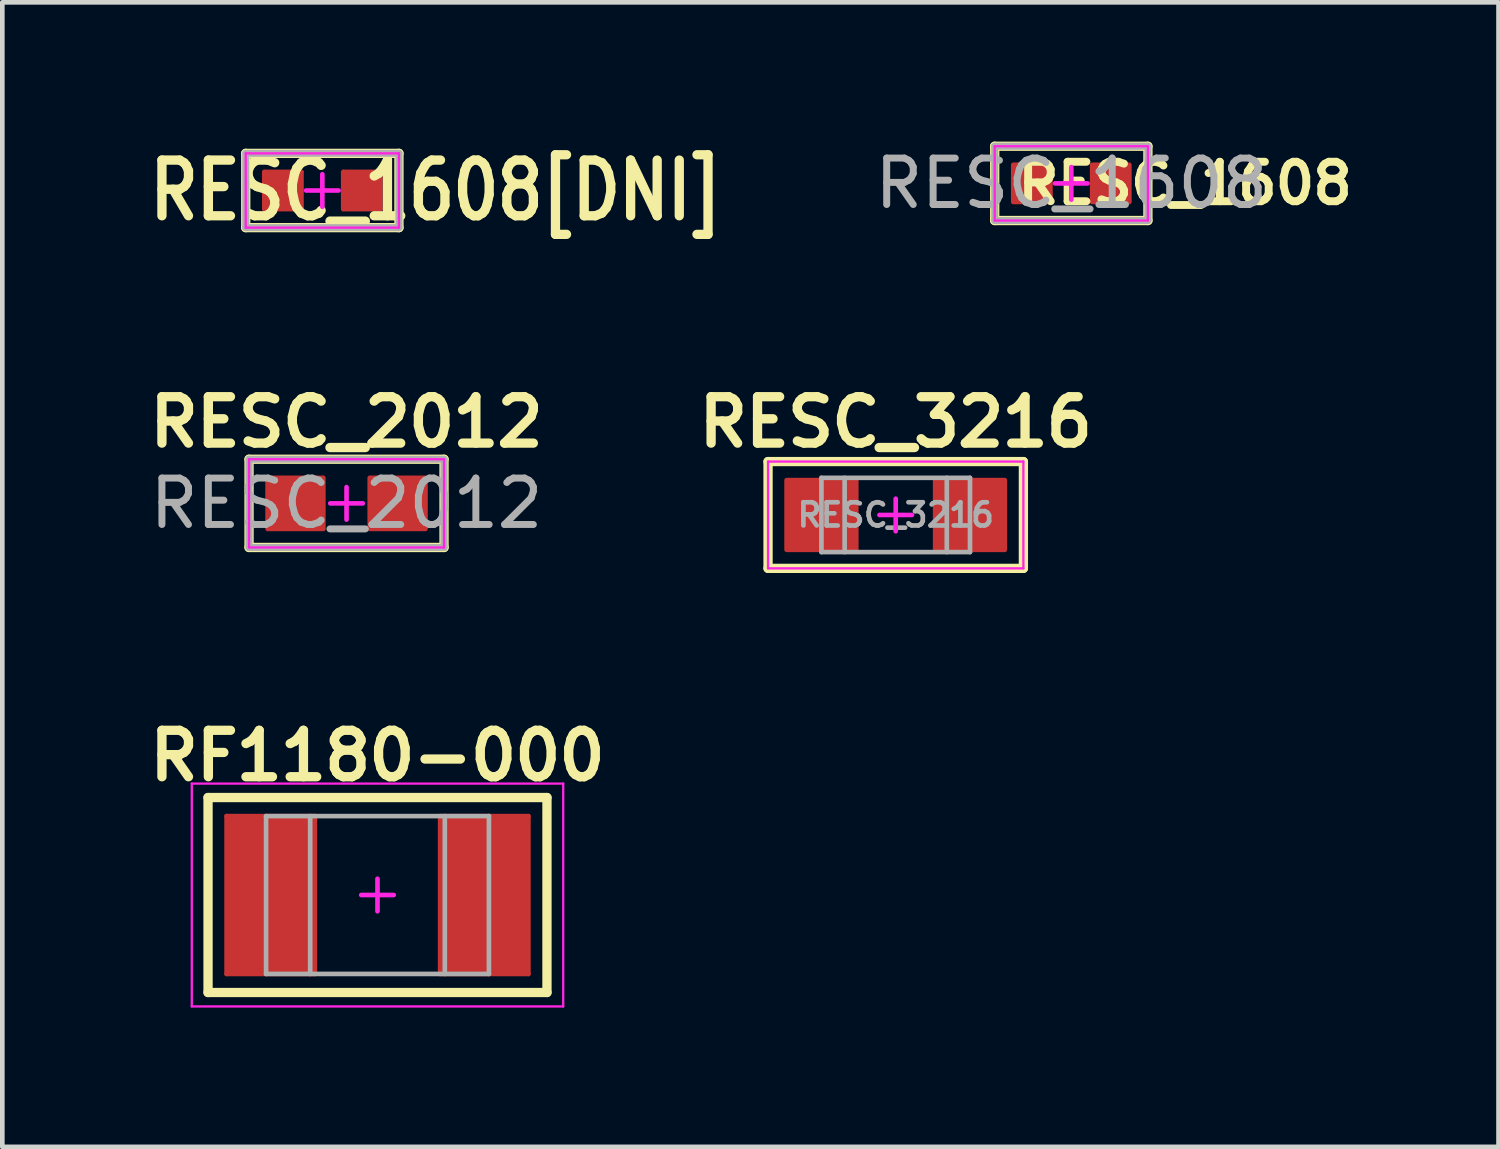
<source format=kicad_pcb>
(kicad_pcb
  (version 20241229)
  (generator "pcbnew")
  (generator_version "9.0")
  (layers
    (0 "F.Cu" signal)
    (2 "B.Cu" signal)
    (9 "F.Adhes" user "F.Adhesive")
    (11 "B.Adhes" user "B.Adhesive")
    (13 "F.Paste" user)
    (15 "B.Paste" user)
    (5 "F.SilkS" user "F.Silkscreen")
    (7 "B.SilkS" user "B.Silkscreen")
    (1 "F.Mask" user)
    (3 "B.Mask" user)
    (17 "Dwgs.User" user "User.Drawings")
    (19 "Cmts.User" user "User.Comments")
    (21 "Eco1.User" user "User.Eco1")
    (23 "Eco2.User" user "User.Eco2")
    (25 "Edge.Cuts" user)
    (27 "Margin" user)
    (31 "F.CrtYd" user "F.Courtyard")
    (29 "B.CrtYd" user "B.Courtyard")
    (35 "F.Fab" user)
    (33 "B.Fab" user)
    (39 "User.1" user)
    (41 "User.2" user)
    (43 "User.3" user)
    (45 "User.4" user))
  (footprint "RESC_2012"
    (layer "F.Cu")
    (at 4.414 7.792)
    (property "Reference" "RESC_2012" (at 0 -1.75 0) (layer "F.SilkS") (effects (font (size 1 1) (thickness 0.2))))
    (attr through_hole)
    (fp_line (start -2.1 -0.95) (end 2.1 -0.95) (stroke (width 0.2) (type solid)) (layer "F.SilkS"))
    (fp_line (start -2.1 0.95) (end -2.1 -0.95) (stroke (width 0.2) (type solid)) (layer "F.SilkS"))
    (fp_line (start -2.1 0.95) (end 2.1 0.95) (stroke (width 0.2) (type solid)) (layer "F.SilkS"))
    (fp_line (start 2.1 -0.95) (end 2.1 0.95) (stroke (width 0.2) (type solid)) (layer "F.SilkS"))
    (fp_line (start -2.1 -0.95) (end 2.1 -0.95) (stroke (width 0.05) (type solid)) (layer "F.CrtYd"))
    (fp_line (start -2.1 0.95) (end -2.1 -0.95) (stroke (width 0.05) (type solid)) (layer "F.CrtYd"))
    (fp_line (start -0.35 0) (end 0.35 0) (stroke (width 0.1) (type solid)) (layer "F.CrtYd"))
    (fp_line (start 0 -0.35) (end 0 0.35) (stroke (width 0.1) (type solid)) (layer "F.CrtYd"))
    (fp_line (start 2.1 -0.95) (end 2.1 0.95) (stroke (width 0.05) (type solid)) (layer "F.CrtYd"))
    (fp_line (start 2.1 0.95) (end -2.1 0.95) (stroke (width 0.05) (type solid)) (layer "F.CrtYd"))
    (fp_line (start -2.1 -0.95) (end -2.1 0.95) (stroke (width 0.15) (type solid)) (layer "F.Fab"))
    (fp_line (start -2.1 0.95) (end 2.1 0.95) (stroke (width 0.15) (type solid)) (layer "F.Fab"))
    (fp_line (start 2.1 -0.95) (end -2.1 -0.95) (stroke (width 0.15) (type solid)) (layer "F.Fab"))
    (fp_line (start 2.1 0.95) (end 2.1 -0.95) (stroke (width 0.15) (type solid)) (layer "F.Fab"))
    (fp_text user "${REFERENCE}" (at 0 0 0) (layer "F.Fab") (effects (font (size 1 1) (thickness 0.15))))
    (pad "1" smd roundrect (at -1.1 0) (size 1.3 1.2) (layers "F.Cu" "F.Mask" "F.Paste") (roundrect_rratio 0.042))
    (pad "2" smd roundrect (at 1.1 0) (size 1.3 1.2) (layers "F.Cu" "F.Mask" "F.Paste") (roundrect_rratio 0.042)))
  (footprint "RESC_3216"
    (layer "F.Cu")
    (at 16.243 8.042)
    (property "Reference" "RESC_3216" (at 0 -2 0) (layer "F.SilkS") (effects (font (size 1 1) (thickness 0.2))))
    (attr through_hole)
    (fp_line (start -2.75 -1.15) (end -2.75 1.15) (stroke (width 0.2) (type solid)) (layer "F.SilkS"))
    (fp_line (start -2.75 1.15) (end 2.75 1.15) (stroke (width 0.2) (type solid)) (layer "F.SilkS"))
    (fp_line (start 2.75 -1.15) (end -2.75 -1.15) (stroke (width 0.2) (type solid)) (layer "F.SilkS"))
    (fp_line (start 2.75 1.15) (end 2.75 -1.15) (stroke (width 0.2) (type solid)) (layer "F.SilkS"))
    (fp_line (start -2.75 -1.15) (end 2.75 -1.15) (stroke (width 0.05) (type solid)) (layer "F.CrtYd"))
    (fp_line (start -2.75 1.15) (end -2.75 -1.15) (stroke (width 0.05) (type solid)) (layer "F.CrtYd"))
    (fp_line (start -0.35 0) (end 0.35 0) (stroke (width 0.1) (type solid)) (layer "F.CrtYd"))
    (fp_line (start 0 -0.35) (end 0 0.35) (stroke (width 0.1) (type solid)) (layer "F.CrtYd"))
    (fp_line (start 2.75 -1.15) (end 2.75 1.15) (stroke (width 0.05) (type solid)) (layer "F.CrtYd"))
    (fp_line (start 2.75 1.15) (end -2.75 1.15) (stroke (width 0.05) (type solid)) (layer "F.CrtYd"))
    (fp_line (start -1.6 -0.8) (end -1.6 0.8) (stroke (width 0.1) (type solid)) (layer "F.Fab"))
    (fp_line (start -1.6 -0.8) (end 1.6 -0.8) (stroke (width 0.1) (type solid)) (layer "F.Fab"))
    (fp_line (start -1.6 0.8) (end 1.6 0.8) (stroke (width 0.1) (type solid)) (layer "F.Fab"))
    (fp_line (start -1.1 -0.8) (end -1.1 0.8) (stroke (width 0.1) (type solid)) (layer "F.Fab"))
    (fp_line (start 1.1 -0.8) (end 1.1 0.8) (stroke (width 0.1) (type solid)) (layer "F.Fab"))
    (fp_line (start 1.6 -0.8) (end 1.6 0.8) (stroke (width 0.1) (type solid)) (layer "F.Fab"))
    (fp_text user "${REFERENCE}" (at 0 0 0) (layer "F.Fab") (effects (font (size 0.5 0.5) (thickness 0.1))))
    (pad "1" smd roundrect (at -1.6 0) (size 1.6 1.6) (layers "F.Cu" "F.Mask" "F.Paste") (roundrect_rratio 0.031))
    (pad "2" smd roundrect (at 1.6 0) (size 1.6 1.6) (layers "F.Cu" "F.Mask" "F.Paste") (roundrect_rratio 0.031)))
  (footprint "RESC_1608[DNI]"
    (layer "F.Cu")
    (at 3.893 1.053)
    (property "Reference" "RESC_1608[DNI]" (at 2.45 0 0) (layer "F.SilkS") (effects (font (size 1.2 1) (thickness 0.2))))
    (attr through_hole)
    (fp_line (start -1.275 -0.4) (end -1.275 0.4) (stroke (width 0.05) (type solid)) (layer "F.Cu"))
    (fp_line (start -1.25 -0.425) (end -0.45 -0.425) (stroke (width 0.05) (type solid)) (layer "F.Cu"))
    (fp_line (start -1.25 -0.4) (end -1.25 0.4) (stroke (width 0.05) (type solid)) (layer "F.Cu"))
    (fp_line (start -1.25 -0.4) (end -0.45 -0.4) (stroke (width 0.05) (type solid)) (layer "F.Cu"))
    (fp_line (start -1.25 0.4) (end -0.45 0.4) (stroke (width 0.05) (type solid)) (layer "F.Cu"))
    (fp_line (start -1.25 0.425) (end -0.45 0.425) (stroke (width 0.05) (type solid)) (layer "F.Cu"))
    (fp_line (start -0.45 -0.4) (end -0.45 0.4) (stroke (width 0.05) (type solid)) (layer "F.Cu"))
    (fp_line (start -0.425 -0.4) (end -0.425 0.4) (stroke (width 0.05) (type solid)) (layer "F.Cu"))
    (fp_line (start 0.425 -0.4) (end 0.425 0.4) (stroke (width 0.05) (type solid)) (layer "F.Cu"))
    (fp_line (start 0.45 -0.425) (end 1.25 -0.425) (stroke (width 0.05) (type solid)) (layer "F.Cu"))
    (fp_line (start 0.45 -0.4) (end 0.45 0.4) (stroke (width 0.05) (type solid)) (layer "F.Cu"))
    (fp_line (start 0.45 -0.4) (end 1.25 -0.4) (stroke (width 0.05) (type solid)) (layer "F.Cu"))
    (fp_line (start 0.45 0.4) (end 1.25 0.4) (stroke (width 0.05) (type solid)) (layer "F.Cu"))
    (fp_line (start 0.45 0.425) (end 1.25 0.425) (stroke (width 0.05) (type solid)) (layer "F.Cu"))
    (fp_line (start 1.25 -0.4) (end 1.25 0.4) (stroke (width 0.05) (type solid)) (layer "F.Cu"))
    (fp_line (start 1.275 -0.4) (end 1.275 0.4) (stroke (width 0.05) (type solid)) (layer "F.Cu"))
    (fp_arc (start -1.275 -0.4) (mid -1.267693 -0.417662) (end -1.250044 -0.425) (stroke (width 0.05) (type solid)) (layer "F.Cu"))
    (fp_arc (start -1.25 0.425) (mid -1.267662 0.417693) (end -1.275 0.400044) (stroke (width 0.05) (type solid)) (layer "F.Cu"))
    (fp_arc (start -0.45 -0.425) (mid -0.432338 -0.417693) (end -0.425 -0.400044) (stroke (width 0.05) (type solid)) (layer "F.Cu"))
    (fp_arc (start -0.425 0.4) (mid -0.432307 0.417662) (end -0.449956 0.425) (stroke (width 0.05) (type solid)) (layer "F.Cu"))
    (fp_arc (start 0.425 -0.4) (mid 0.432307 -0.417662) (end 0.449956 -0.425) (stroke (width 0.05) (type solid)) (layer "F.Cu"))
    (fp_arc (start 0.45 0.425) (mid 0.432338 0.417693) (end 0.425 0.400044) (stroke (width 0.05) (type solid)) (layer "F.Cu"))
    (fp_arc (start 1.25 -0.425) (mid 1.267662 -0.417693) (end 1.275 -0.400044) (stroke (width 0.05) (type solid)) (layer "F.Cu"))
    (fp_arc (start 1.275 0.4) (mid 1.267693 0.417662) (end 1.250044 0.425) (stroke (width 0.05) (type solid)) (layer "F.Cu"))
    (fp_line (start -1.35 -0.4) (end -1.35 0.4) (stroke (width 0.1) (type solid)) (layer "F.Mask"))
    (fp_line (start -1.3 -0.45) (end -0.4 -0.45) (stroke (width 0.1) (type solid)) (layer "F.Mask"))
    (fp_line (start -1.3 0.45) (end -1.3 -0.45) (stroke (width 0.1) (type solid)) (layer "F.Mask"))
    (fp_line (start -1.3 0.45) (end -0.4 0.45) (stroke (width 0.1) (type solid)) (layer "F.Mask"))
    (fp_line (start -0.45 -0.5) (end -1.25 -0.5) (stroke (width 0.1) (type solid)) (layer "F.Mask"))
    (fp_line (start -0.45 0.5) (end -1.25 0.5) (stroke (width 0.1) (type solid)) (layer "F.Mask"))
    (fp_line (start -0.4 0.45) (end -0.4 -0.45) (stroke (width 0.1) (type solid)) (layer "F.Mask"))
    (fp_line (start -0.35 -0.4) (end -0.35 0.4) (stroke (width 0.1) (type solid)) (layer "F.Mask"))
    (fp_line (start 0.35 -0.4) (end 0.35 0.4) (stroke (width 0.1) (type solid)) (layer "F.Mask"))
    (fp_line (start 0.4 -0.45) (end 1.3 -0.45) (stroke (width 0.1) (type solid)) (layer "F.Mask"))
    (fp_line (start 0.4 0.45) (end 0.4 -0.45) (stroke (width 0.1) (type solid)) (layer "F.Mask"))
    (fp_line (start 0.4 0.45) (end 1.3 0.45) (stroke (width 0.1) (type solid)) (layer "F.Mask"))
    (fp_line (start 1.25 -0.5) (end 0.45 -0.5) (stroke (width 0.1) (type solid)) (layer "F.Mask"))
    (fp_line (start 1.25 0.5) (end 0.45 0.5) (stroke (width 0.1) (type solid)) (layer "F.Mask"))
    (fp_line (start 1.3 0.45) (end 1.3 -0.45) (stroke (width 0.1) (type solid)) (layer "F.Mask"))
    (fp_line (start 1.35 -0.4) (end 1.35 0.4) (stroke (width 0.1) (type solid)) (layer "F.Mask"))
    (fp_arc (start -1.349825 -0.4) (mid -1.320598 -0.470649) (end -1.25 -0.5) (stroke (width 0.1) (type solid)) (layer "F.Mask"))
    (fp_arc (start -1.25 0.5) (mid -1.320649 0.470773) (end -1.35 0.400175) (stroke (width 0.1) (type solid)) (layer "F.Mask"))
    (fp_arc (start -0.45 -0.499825) (mid -0.379351 -0.470598) (end -0.35 -0.4) (stroke (width 0.1) (type solid)) (layer "F.Mask"))
    (fp_arc (start -0.35 0.4) (mid -0.379227 0.470649) (end -0.449825 0.5) (stroke (width 0.1) (type solid)) (layer "F.Mask"))
    (fp_arc (start 0.350175 -0.4) (mid 0.379402 -0.470649) (end 0.45 -0.5) (stroke (width 0.1) (type solid)) (layer "F.Mask"))
    (fp_arc (start 0.45 0.5) (mid 0.379351 0.470773) (end 0.35 0.400175) (stroke (width 0.1) (type solid)) (layer "F.Mask"))
    (fp_arc (start 1.25 -0.499825) (mid 1.320649 -0.470598) (end 1.35 -0.4) (stroke (width 0.1) (type solid)) (layer "F.Mask"))
    (fp_arc (start 1.35 0.4) (mid 1.320773 0.470649) (end 1.250175 0.5) (stroke (width 0.1) (type solid)) (layer "F.Mask"))
    (fp_line (start -1.65 -0.8) (end 1.65 -0.8) (stroke (width 0.2) (type solid)) (layer "F.SilkS"))
    (fp_line (start -1.65 0.8) (end -1.65 -0.8) (stroke (width 0.2) (type solid)) (layer "F.SilkS"))
    (fp_line (start -1.65 0.8) (end 1.65 0.8) (stroke (width 0.2) (type solid)) (layer "F.SilkS"))
    (fp_line (start 1.65 -0.8) (end 1.65 0.8) (stroke (width 0.2) (type solid)) (layer "F.SilkS"))
    (fp_line (start -1.25 -0.4) (end -0.45 -0.4) (stroke (width 0.05) (type solid)) (layer "F.Paste"))
    (fp_line (start -1.25 0.4) (end -1.25 -0.4) (stroke (width 0.05) (type solid)) (layer "F.Paste"))
    (fp_line (start -0.45 -0.4) (end -0.45 0.4) (stroke (width 0.05) (type solid)) (layer "F.Paste"))
    (fp_line (start -0.45 0.4) (end -1.25 0.4) (stroke (width 0.05) (type solid)) (layer "F.Paste"))
    (fp_line (start 0.45 -0.4) (end 1.25 -0.4) (stroke (width 0.05) (type solid)) (layer "F.Paste"))
    (fp_line (start 0.45 0.4) (end 0.45 -0.4) (stroke (width 0.05) (type solid)) (layer "F.Paste"))
    (fp_line (start 1.25 -0.4) (end 1.25 0.4) (stroke (width 0.05) (type solid)) (layer "F.Paste"))
    (fp_line (start 1.25 0.4) (end 0.45 0.4) (stroke (width 0.05) (type solid)) (layer "F.Paste"))
    (fp_line (start -1.65 -0.8) (end 1.65 -0.8) (stroke (width 0.05) (type solid)) (layer "F.CrtYd"))
    (fp_line (start -1.65 0.8) (end -1.65 -0.8) (stroke (width 0.05) (type solid)) (layer "F.CrtYd"))
    (fp_line (start -0.35 0) (end 0.35 0) (stroke (width 0.1) (type solid)) (layer "F.CrtYd"))
    (fp_line (start 0 -0.35) (end 0 0.35) (stroke (width 0.1) (type solid)) (layer "F.CrtYd"))
    (fp_line (start 1.65 -0.8) (end 1.65 0.8) (stroke (width 0.05) (type solid)) (layer "F.CrtYd"))
    (fp_line (start 1.65 0.8) (end -1.65 0.8) (stroke (width 0.05) (type solid)) (layer "F.CrtYd"))
    (fp_line (start -1.65 -0.8) (end -1.65 0.8) (stroke (width 0.15) (type solid)) (layer "F.Fab"))
    (fp_line (start -1.65 0.8) (end 1.65 0.8) (stroke (width 0.15) (type solid)) (layer "F.Fab"))
    (fp_line (start 1.65 -0.8) (end -1.65 -0.8) (stroke (width 0.15) (type solid)) (layer "F.Fab"))
    (fp_line (start 1.65 0.8) (end 1.65 -0.8) (stroke (width 0.15) (type solid)) (layer "F.Fab"))
    (pad "1" smd rect (at -0.85 0) (size 0.8 0.8) (layers "F.Cu" "F.Mask" "F.Paste"))
    (pad "2" smd rect (at 0.85 0) (size 0.8 0.8) (layers "F.Cu" "F.Mask" "F.Paste")))
  (footprint "RF1180-000"
    (layer "F.Cu")
    (at 5.081 16.228)
    (property "Reference" "RF1180-000" (at 0 -3 0) (layer "F.SilkS") (effects (font (size 1 1) (thickness 0.2))))
    (attr through_hole)
    (fp_line (start -3.25 -1.7) (end -1.35 -1.7) (stroke (width 0.1) (type solid)) (layer "F.Cu"))
    (fp_line (start -3.25 1.7) (end -3.25 -1.7) (stroke (width 0.1) (type solid)) (layer "F.Cu"))
    (fp_line (start -1.35 -1.7) (end -1.35 1.7) (stroke (width 0.1) (type solid)) (layer "F.Cu"))
    (fp_line (start -1.35 1.7) (end -3.25 1.7) (stroke (width 0.1) (type solid)) (layer "F.Cu"))
    (fp_line (start 1.35 -1.7) (end 3.25 -1.7) (stroke (width 0.1) (type solid)) (layer "F.Cu"))
    (fp_line (start 1.35 1.7) (end 1.35 -1.7) (stroke (width 0.1) (type solid)) (layer "F.Cu"))
    (fp_line (start 3.25 -1.7) (end 3.25 1.7) (stroke (width 0.1) (type solid)) (layer "F.Cu"))
    (fp_line (start 3.25 1.7) (end 1.35 1.7) (stroke (width 0.1) (type solid)) (layer "F.Cu"))
    (fp_line (start -3.25 -1.7) (end -3.25 1.7) (stroke (width 0.3) (type solid)) (layer "F.Mask"))
    (fp_line (start -3.25 1.7) (end -1.35 1.7) (stroke (width 0.3) (type solid)) (layer "F.Mask"))
    (fp_line (start -1.35 -1.7) (end -3.25 -1.7) (stroke (width 0.3) (type solid)) (layer "F.Mask"))
    (fp_line (start -1.35 1.7) (end -1.35 -1.7) (stroke (width 0.3) (type solid)) (layer "F.Mask"))
    (fp_line (start 1.35 -1.7) (end 1.35 1.7) (stroke (width 0.3) (type solid)) (layer "F.Mask"))
    (fp_line (start 1.35 1.7) (end 3.25 1.7) (stroke (width 0.3) (type solid)) (layer "F.Mask"))
    (fp_line (start 3.25 -1.7) (end 1.35 -1.7) (stroke (width 0.3) (type solid)) (layer "F.Mask"))
    (fp_line (start 3.25 1.7) (end 3.25 -1.7) (stroke (width 0.3) (type solid)) (layer "F.Mask"))
    (fp_line (start -3.65 -2.1) (end -3.65 2.1) (stroke (width 0.2) (type solid)) (layer "F.SilkS"))
    (fp_line (start -3.65 -2.1) (end 3.65 -2.1) (stroke (width 0.2) (type solid)) (layer "F.SilkS"))
    (fp_line (start 3.65 -2.1) (end 3.65 2.1) (stroke (width 0.2) (type solid)) (layer "F.SilkS"))
    (fp_line (start 3.65 2.1) (end -3.65 2.1) (stroke (width 0.2) (type solid)) (layer "F.SilkS"))
    (fp_line (start -3.25 -1.7) (end -1.35 -1.7) (stroke (width 0.05) (type solid)) (layer "F.Paste"))
    (fp_line (start -3.25 1.7) (end -3.25 -1.7) (stroke (width 0.05) (type solid)) (layer "F.Paste"))
    (fp_line (start -1.35 -1.7) (end -1.35 1.7) (stroke (width 0.05) (type solid)) (layer "F.Paste"))
    (fp_line (start -1.35 1.7) (end -3.25 1.7) (stroke (width 0.05) (type solid)) (layer "F.Paste"))
    (fp_line (start 1.35 -1.7) (end 3.25 -1.7) (stroke (width 0.05) (type solid)) (layer "F.Paste"))
    (fp_line (start 1.35 1.7) (end 1.35 -1.7) (stroke (width 0.05) (type solid)) (layer "F.Paste"))
    (fp_line (start 3.25 -1.7) (end 3.25 1.7) (stroke (width 0.05) (type solid)) (layer "F.Paste"))
    (fp_line (start 3.25 1.7) (end 1.35 1.7) (stroke (width 0.05) (type solid)) (layer "F.Paste"))
    (fp_line (start -4 -2.4) (end 4 -2.4) (stroke (width 0.05) (type solid)) (layer "F.CrtYd"))
    (fp_line (start -4 2.4) (end -4 -2.4) (stroke (width 0.05) (type solid)) (layer "F.CrtYd"))
    (fp_line (start -0.35 0) (end 0.35 0) (stroke (width 0.1) (type solid)) (layer "F.CrtYd"))
    (fp_line (start 0 -0.35) (end 0 0.35) (stroke (width 0.1) (type solid)) (layer "F.CrtYd"))
    (fp_line (start 4 -2.4) (end 4 2.4) (stroke (width 0.05) (type solid)) (layer "F.CrtYd"))
    (fp_line (start 4 2.4) (end -4 2.4) (stroke (width 0.05) (type solid)) (layer "F.CrtYd"))
    (fp_line (start -2.4 -1.7) (end -2.4 1.7) (stroke (width 0.1) (type solid)) (layer "F.Fab"))
    (fp_line (start -2.4 1.7) (end 2.4 1.7) (stroke (width 0.1) (type solid)) (layer "F.Fab"))
    (fp_line (start -1.45 -1.7) (end -1.45 1.7) (stroke (width 0.1) (type solid)) (layer "F.Fab"))
    (fp_line (start 1.45 -1.7) (end 1.45 1.7) (stroke (width 0.1) (type solid)) (layer "F.Fab"))
    (fp_line (start 2.4 -1.7) (end -2.4 -1.7) (stroke (width 0.1) (type solid)) (layer "F.Fab"))
    (fp_line (start 2.4 1.7) (end 2.4 -1.7) (stroke (width 0.1) (type solid)) (layer "F.Fab"))
    (pad "1" smd rect (at -2.3 0) (size 1.9 3.4) (layers "F.Cu" "F.Mask" "F.Paste"))
    (pad "2" smd rect (at 2.3 0) (size 1.9 3.4) (layers "F.Cu" "F.Mask" "F.Paste")))
  (footprint "RESC_1608"
    (layer "F.Cu")
    (at 20.025 0.9)
    (property "Reference" "RESC_1608" (at 2.45 0 0) (layer "F.SilkS") (effects (font (size 0.85 0.85) (thickness 0.17))))
    (attr through_hole)
    (fp_line (start -1.65 -0.8) (end 1.65 -0.8) (stroke (width 0.2) (type solid)) (layer "F.SilkS"))
    (fp_line (start -1.65 0.8) (end -1.65 -0.8) (stroke (width 0.2) (type solid)) (layer "F.SilkS"))
    (fp_line (start -1.65 0.8) (end 1.65 0.8) (stroke (width 0.2) (type solid)) (layer "F.SilkS"))
    (fp_line (start 1.65 -0.8) (end 1.65 0.8) (stroke (width 0.2) (type solid)) (layer "F.SilkS"))
    (fp_line (start -1.65 -0.8) (end 1.65 -0.8) (stroke (width 0.05) (type solid)) (layer "F.CrtYd"))
    (fp_line (start -1.65 0.8) (end -1.65 -0.8) (stroke (width 0.05) (type solid)) (layer "F.CrtYd"))
    (fp_line (start -0.35 0) (end 0.35 0) (stroke (width 0.1) (type solid)) (layer "F.CrtYd"))
    (fp_line (start 0 -0.35) (end 0 0.35) (stroke (width 0.1) (type solid)) (layer "F.CrtYd"))
    (fp_line (start 1.65 -0.8) (end 1.65 0.8) (stroke (width 0.05) (type solid)) (layer "F.CrtYd"))
    (fp_line (start 1.65 0.8) (end -1.65 0.8) (stroke (width 0.05) (type solid)) (layer "F.CrtYd"))
    (fp_line (start -1.65 -0.8) (end -1.65 0.8) (stroke (width 0.15) (type solid)) (layer "F.Fab"))
    (fp_line (start -1.65 0.8) (end 1.65 0.8) (stroke (width 0.15) (type solid)) (layer "F.Fab"))
    (fp_line (start 1.65 -0.8) (end -1.65 -0.8) (stroke (width 0.15) (type solid)) (layer "F.Fab"))
    (fp_line (start 1.65 0.8) (end 1.65 -0.8) (stroke (width 0.15) (type solid)) (layer "F.Fab"))
    (fp_text user "${REFERENCE}" (at 0 0 0) (layer "F.Fab") (effects (font (size 1 1) (thickness 0.15))))
    (pad "1" smd roundrect (at -0.85 0) (size 0.9 0.9) (layers "F.Cu" "F.Mask" "F.Paste") (roundrect_rratio 0.056))
    (pad "2" smd roundrect (at 0.85 0) (size 0.9 0.9) (layers "F.Cu" "F.Mask" "F.Paste") (roundrect_rratio 0.056)))
  (gr_rect
    (start -3 -3)
    (end 29.227 21.653)
    (stroke (width 0.1) (type default))
    (fill no)
    (layer "Edge.Cuts")))
</source>
